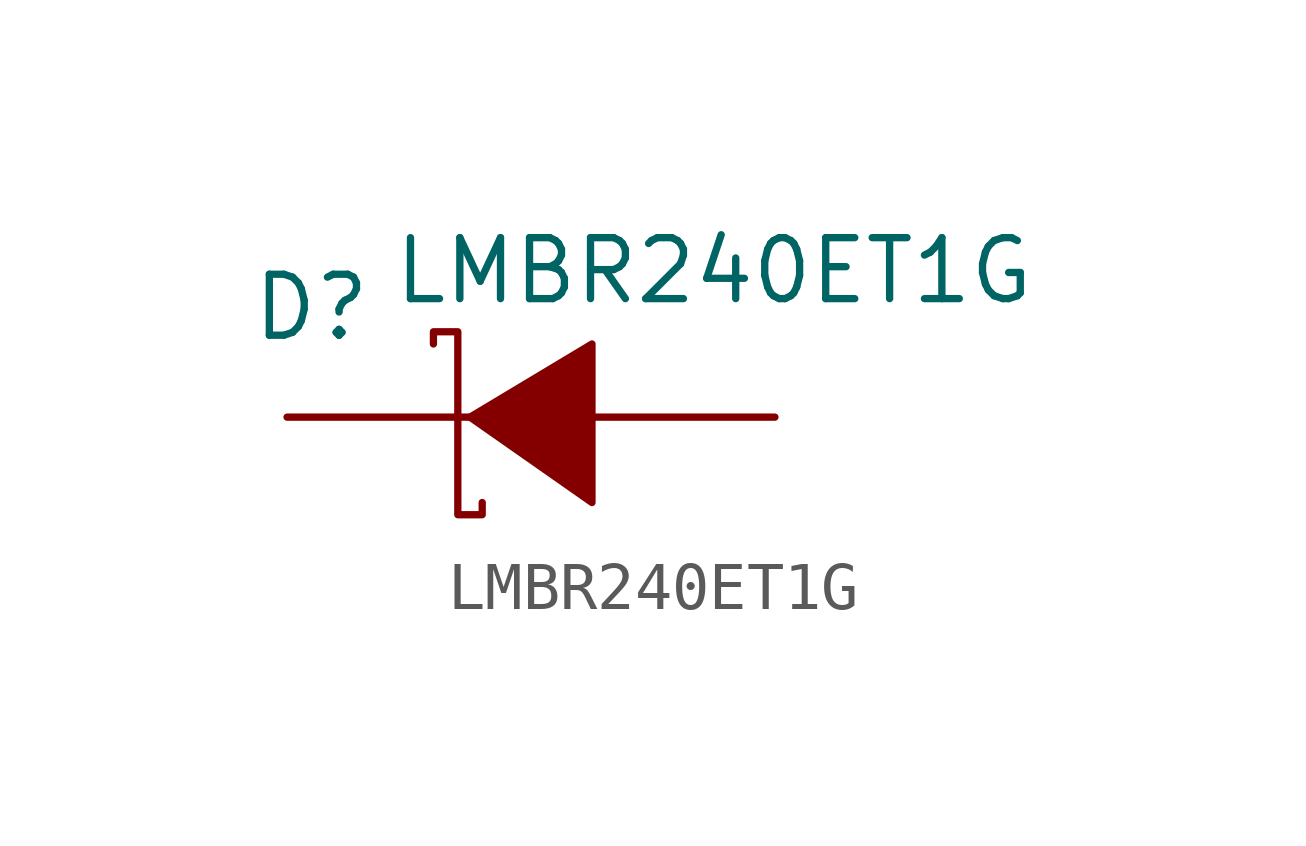
<source format=kicad_sym>
(kicad_symbol_lib
  (version 20231120)
  (generator "kicad_symbol_editor")
  (generator_version "8.0")
  (symbol "LMBR240ET1G"
    (pin_numbers hide)
    (pin_names
      (offset 1.016) hide)
    (property "Reference" "D"
      (at -4.572 2.286 0)
      (effects (font (size 1.27 1.27))))
    (property "Value" "LMBR240ET1G"
      (at 3.81 3.048 0)
      (effects (font (size 1.27 1.27))))
    (symbol "LMBR240ET1G_1_1"
      (polyline (pts (xy 1.27 1.524) (xy -1.27 0) (xy 1.27 -1.778) (xy 1.27 1.524)) (stroke (width 0.152) (type solid)) (fill (type outline)))
      (polyline (pts (xy -2.032 1.524) (xy -2.032 1.778) (xy -1.524 1.778) (xy -1.524 -2.032) (xy -1.016 -2.032) (xy -1.016 -1.778)) (stroke (width 0.152) (type solid)) (fill (type none)))
      (pin input line (at -5.08 0 0) (length 3.81) (name "C" (effects (font (size 1.27 1.27)))) (number "1" (effects (font (size 1.27 1.27)))))
      (pin input line (at 5.08 0 180) (length 3.81) (name "A" (effects (font (size 1.27 1.27)))) (number "2" (effects (font (size 1.27 1.27))))))))
</source>
